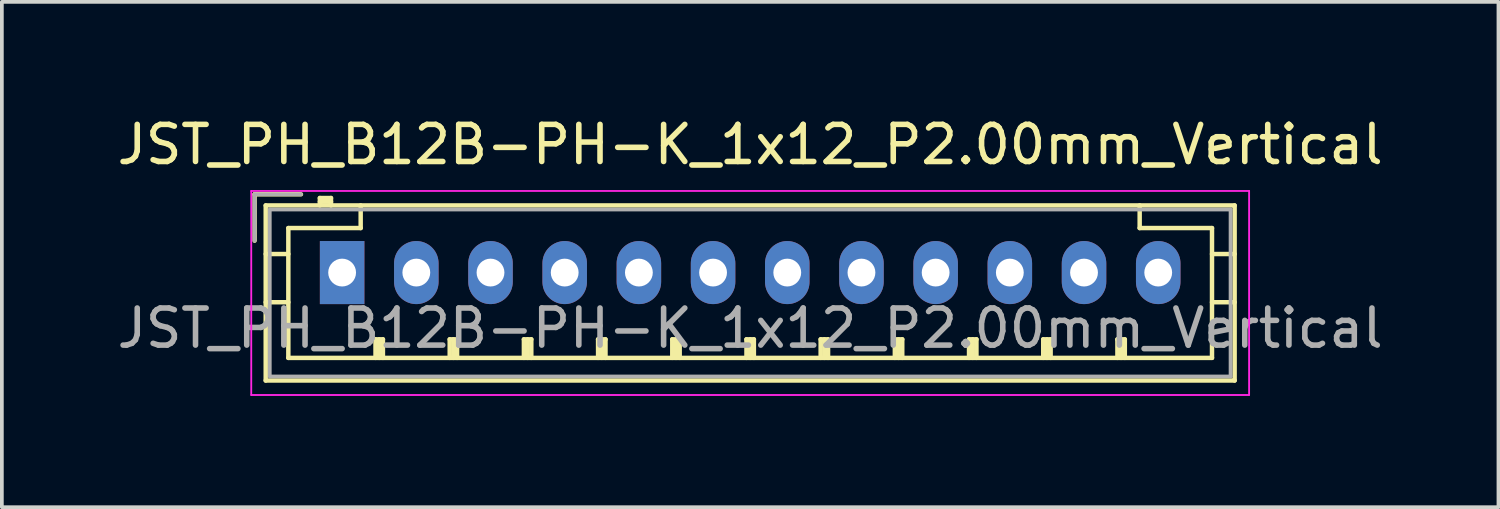
<source format=kicad_pcb>
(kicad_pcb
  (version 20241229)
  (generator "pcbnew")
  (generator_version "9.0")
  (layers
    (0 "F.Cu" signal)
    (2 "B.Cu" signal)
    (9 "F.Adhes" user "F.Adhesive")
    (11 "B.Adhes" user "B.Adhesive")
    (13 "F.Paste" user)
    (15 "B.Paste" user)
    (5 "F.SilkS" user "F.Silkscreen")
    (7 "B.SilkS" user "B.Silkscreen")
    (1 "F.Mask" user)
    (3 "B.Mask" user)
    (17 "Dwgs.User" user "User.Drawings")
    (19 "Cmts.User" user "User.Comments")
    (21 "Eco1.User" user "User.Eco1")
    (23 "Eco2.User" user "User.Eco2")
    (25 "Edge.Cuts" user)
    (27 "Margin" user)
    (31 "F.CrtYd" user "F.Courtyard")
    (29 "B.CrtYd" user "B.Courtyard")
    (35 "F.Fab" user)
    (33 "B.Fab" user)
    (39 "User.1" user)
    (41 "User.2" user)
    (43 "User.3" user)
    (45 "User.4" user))
  (footprint "JST_PH_B12B-PH-K_1x12_P2.00mm_Vertical"
    (layer "F.Cu")
    (at 6.173 4.298)
    (property "Reference" "JST_PH_B12B-PH-K_1x12_P2.00mm_Vertical" (at 11 -3.45 0) (layer "F.SilkS") (effects (font (size 1 1) (thickness 0.15))))
    (attr through_hole)
    (fp_line (start -2.36 -2.11) (end -2.36 -0.86) (stroke (width 0.12) (type solid)) (layer "F.SilkS"))
    (fp_line (start -2.06 -1.81) (end -2.06 2.91) (stroke (width 0.12) (type solid)) (layer "F.SilkS"))
    (fp_line (start -2.06 -0.5) (end -1.45 -0.5) (stroke (width 0.12) (type solid)) (layer "F.SilkS"))
    (fp_line (start -2.06 0.8) (end -1.45 0.8) (stroke (width 0.12) (type solid)) (layer "F.SilkS"))
    (fp_line (start -2.06 2.91) (end 24.06 2.91) (stroke (width 0.12) (type solid)) (layer "F.SilkS"))
    (fp_line (start -1.45 -1.2) (end -1.45 2.3) (stroke (width 0.12) (type solid)) (layer "F.SilkS"))
    (fp_line (start -1.45 2.3) (end 23.45 2.3) (stroke (width 0.12) (type solid)) (layer "F.SilkS"))
    (fp_line (start -1.11 -2.11) (end -2.36 -2.11) (stroke (width 0.12) (type solid)) (layer "F.SilkS"))
    (fp_line (start -0.6 -2.01) (end -0.6 -1.81) (stroke (width 0.12) (type solid)) (layer "F.SilkS"))
    (fp_line (start -0.3 -2.01) (end -0.6 -2.01) (stroke (width 0.12) (type solid)) (layer "F.SilkS"))
    (fp_line (start -0.3 -1.91) (end -0.6 -1.91) (stroke (width 0.12) (type solid)) (layer "F.SilkS"))
    (fp_line (start -0.3 -1.81) (end -0.3 -2.01) (stroke (width 0.12) (type solid)) (layer "F.SilkS"))
    (fp_line (start 0.5 -1.81) (end 0.5 -1.2) (stroke (width 0.12) (type solid)) (layer "F.SilkS"))
    (fp_line (start 0.5 -1.2) (end -1.45 -1.2) (stroke (width 0.12) (type solid)) (layer "F.SilkS"))
    (fp_line (start 0.9 1.8) (end 1.1 1.8) (stroke (width 0.12) (type solid)) (layer "F.SilkS"))
    (fp_line (start 0.9 2.3) (end 0.9 1.8) (stroke (width 0.12) (type solid)) (layer "F.SilkS"))
    (fp_line (start 1 2.3) (end 1 1.8) (stroke (width 0.12) (type solid)) (layer "F.SilkS"))
    (fp_line (start 1.1 1.8) (end 1.1 2.3) (stroke (width 0.12) (type solid)) (layer "F.SilkS"))
    (fp_line (start 2.9 1.8) (end 3.1 1.8) (stroke (width 0.12) (type solid)) (layer "F.SilkS"))
    (fp_line (start 2.9 2.3) (end 2.9 1.8) (stroke (width 0.12) (type solid)) (layer "F.SilkS"))
    (fp_line (start 3 2.3) (end 3 1.8) (stroke (width 0.12) (type solid)) (layer "F.SilkS"))
    (fp_line (start 3.1 1.8) (end 3.1 2.3) (stroke (width 0.12) (type solid)) (layer "F.SilkS"))
    (fp_line (start 4.9 1.8) (end 5.1 1.8) (stroke (width 0.12) (type solid)) (layer "F.SilkS"))
    (fp_line (start 4.9 2.3) (end 4.9 1.8) (stroke (width 0.12) (type solid)) (layer "F.SilkS"))
    (fp_line (start 5 2.3) (end 5 1.8) (stroke (width 0.12) (type solid)) (layer "F.SilkS"))
    (fp_line (start 5.1 1.8) (end 5.1 2.3) (stroke (width 0.12) (type solid)) (layer "F.SilkS"))
    (fp_line (start 6.9 1.8) (end 7.1 1.8) (stroke (width 0.12) (type solid)) (layer "F.SilkS"))
    (fp_line (start 6.9 2.3) (end 6.9 1.8) (stroke (width 0.12) (type solid)) (layer "F.SilkS"))
    (fp_line (start 7 2.3) (end 7 1.8) (stroke (width 0.12) (type solid)) (layer "F.SilkS"))
    (fp_line (start 7.1 1.8) (end 7.1 2.3) (stroke (width 0.12) (type solid)) (layer "F.SilkS"))
    (fp_line (start 8.9 1.8) (end 9.1 1.8) (stroke (width 0.12) (type solid)) (layer "F.SilkS"))
    (fp_line (start 8.9 2.3) (end 8.9 1.8) (stroke (width 0.12) (type solid)) (layer "F.SilkS"))
    (fp_line (start 9 2.3) (end 9 1.8) (stroke (width 0.12) (type solid)) (layer "F.SilkS"))
    (fp_line (start 9.1 1.8) (end 9.1 2.3) (stroke (width 0.12) (type solid)) (layer "F.SilkS"))
    (fp_line (start 10.9 1.8) (end 11.1 1.8) (stroke (width 0.12) (type solid)) (layer "F.SilkS"))
    (fp_line (start 10.9 2.3) (end 10.9 1.8) (stroke (width 0.12) (type solid)) (layer "F.SilkS"))
    (fp_line (start 11 2.3) (end 11 1.8) (stroke (width 0.12) (type solid)) (layer "F.SilkS"))
    (fp_line (start 11.1 1.8) (end 11.1 2.3) (stroke (width 0.12) (type solid)) (layer "F.SilkS"))
    (fp_line (start 12.9 1.8) (end 13.1 1.8) (stroke (width 0.12) (type solid)) (layer "F.SilkS"))
    (fp_line (start 12.9 2.3) (end 12.9 1.8) (stroke (width 0.12) (type solid)) (layer "F.SilkS"))
    (fp_line (start 13 2.3) (end 13 1.8) (stroke (width 0.12) (type solid)) (layer "F.SilkS"))
    (fp_line (start 13.1 1.8) (end 13.1 2.3) (stroke (width 0.12) (type solid)) (layer "F.SilkS"))
    (fp_line (start 14.9 1.8) (end 15.1 1.8) (stroke (width 0.12) (type solid)) (layer "F.SilkS"))
    (fp_line (start 14.9 2.3) (end 14.9 1.8) (stroke (width 0.12) (type solid)) (layer "F.SilkS"))
    (fp_line (start 15 2.3) (end 15 1.8) (stroke (width 0.12) (type solid)) (layer "F.SilkS"))
    (fp_line (start 15.1 1.8) (end 15.1 2.3) (stroke (width 0.12) (type solid)) (layer "F.SilkS"))
    (fp_line (start 16.9 1.8) (end 17.1 1.8) (stroke (width 0.12) (type solid)) (layer "F.SilkS"))
    (fp_line (start 16.9 2.3) (end 16.9 1.8) (stroke (width 0.12) (type solid)) (layer "F.SilkS"))
    (fp_line (start 17 2.3) (end 17 1.8) (stroke (width 0.12) (type solid)) (layer "F.SilkS"))
    (fp_line (start 17.1 1.8) (end 17.1 2.3) (stroke (width 0.12) (type solid)) (layer "F.SilkS"))
    (fp_line (start 18.9 1.8) (end 19.1 1.8) (stroke (width 0.12) (type solid)) (layer "F.SilkS"))
    (fp_line (start 18.9 2.3) (end 18.9 1.8) (stroke (width 0.12) (type solid)) (layer "F.SilkS"))
    (fp_line (start 19 2.3) (end 19 1.8) (stroke (width 0.12) (type solid)) (layer "F.SilkS"))
    (fp_line (start 19.1 1.8) (end 19.1 2.3) (stroke (width 0.12) (type solid)) (layer "F.SilkS"))
    (fp_line (start 20.9 1.8) (end 21.1 1.8) (stroke (width 0.12) (type solid)) (layer "F.SilkS"))
    (fp_line (start 20.9 2.3) (end 20.9 1.8) (stroke (width 0.12) (type solid)) (layer "F.SilkS"))
    (fp_line (start 21 2.3) (end 21 1.8) (stroke (width 0.12) (type solid)) (layer "F.SilkS"))
    (fp_line (start 21.1 1.8) (end 21.1 2.3) (stroke (width 0.12) (type solid)) (layer "F.SilkS"))
    (fp_line (start 21.5 -1.2) (end 21.5 -1.81) (stroke (width 0.12) (type solid)) (layer "F.SilkS"))
    (fp_line (start 23.45 -1.2) (end 21.5 -1.2) (stroke (width 0.12) (type solid)) (layer "F.SilkS"))
    (fp_line (start 23.45 2.3) (end 23.45 -1.2) (stroke (width 0.12) (type solid)) (layer "F.SilkS"))
    (fp_line (start 24.06 -1.81) (end -2.06 -1.81) (stroke (width 0.12) (type solid)) (layer "F.SilkS"))
    (fp_line (start 24.06 -0.5) (end 23.45 -0.5) (stroke (width 0.12) (type solid)) (layer "F.SilkS"))
    (fp_line (start 24.06 0.8) (end 23.45 0.8) (stroke (width 0.12) (type solid)) (layer "F.SilkS"))
    (fp_line (start 24.06 2.91) (end 24.06 -1.81) (stroke (width 0.12) (type solid)) (layer "F.SilkS"))
    (fp_line (start -2.45 -2.2) (end -2.45 3.3) (stroke (width 0.05) (type solid)) (layer "F.CrtYd"))
    (fp_line (start -2.45 3.3) (end 24.45 3.3) (stroke (width 0.05) (type solid)) (layer "F.CrtYd"))
    (fp_line (start 24.45 -2.2) (end -2.45 -2.2) (stroke (width 0.05) (type solid)) (layer "F.CrtYd"))
    (fp_line (start 24.45 3.3) (end 24.45 -2.2) (stroke (width 0.05) (type solid)) (layer "F.CrtYd"))
    (fp_line (start -2.36 -2.11) (end -2.36 -0.86) (stroke (width 0.1) (type solid)) (layer "F.Fab"))
    (fp_line (start -1.95 -1.7) (end -1.95 2.8) (stroke (width 0.1) (type solid)) (layer "F.Fab"))
    (fp_line (start -1.95 2.8) (end 23.95 2.8) (stroke (width 0.1) (type solid)) (layer "F.Fab"))
    (fp_line (start -1.11 -2.11) (end -2.36 -2.11) (stroke (width 0.1) (type solid)) (layer "F.Fab"))
    (fp_line (start 23.95 -1.7) (end -1.95 -1.7) (stroke (width 0.1) (type solid)) (layer "F.Fab"))
    (fp_line (start 23.95 2.8) (end 23.95 -1.7) (stroke (width 0.1) (type solid)) (layer "F.Fab"))
    (fp_text user "${REFERENCE}" (at 11 1.5 0) (layer "F.Fab") (effects (font (size 1 1) (thickness 0.15))))
    (pad "1" thru_hole rect (at 0 0) (size 1.2 1.7) (drill 0.75) (layers "*.Cu" "*.Mask"))
    (pad "2" thru_hole oval (at 2 0) (size 1.2 1.7) (drill 0.75) (layers "*.Cu" "*.Mask"))
    (pad "3" thru_hole oval (at 4 0) (size 1.2 1.7) (drill 0.75) (layers "*.Cu" "*.Mask"))
    (pad "4" thru_hole oval (at 6 0) (size 1.2 1.7) (drill 0.75) (layers "*.Cu" "*.Mask"))
    (pad "5" thru_hole oval (at 8 0) (size 1.2 1.7) (drill 0.75) (layers "*.Cu" "*.Mask"))
    (pad "6" thru_hole oval (at 10 0) (size 1.2 1.7) (drill 0.75) (layers "*.Cu" "*.Mask"))
    (pad "7" thru_hole oval (at 12 0) (size 1.2 1.7) (drill 0.75) (layers "*.Cu" "*.Mask"))
    (pad "8" thru_hole oval (at 14 0) (size 1.2 1.7) (drill 0.75) (layers "*.Cu" "*.Mask"))
    (pad "9" thru_hole oval (at 16 0) (size 1.2 1.7) (drill 0.75) (layers "*.Cu" "*.Mask"))
    (pad "10" thru_hole oval (at 18 0) (size 1.2 1.7) (drill 0.75) (layers "*.Cu" "*.Mask"))
    (pad "11" thru_hole oval (at 20 0) (size 1.2 1.7) (drill 0.75) (layers "*.Cu" "*.Mask"))
    (pad "12" thru_hole oval (at 22 0) (size 1.2 1.7) (drill 0.75) (layers "*.Cu" "*.Mask")))
  (gr_rect
    (start -3 -3)
    (end 37.345 10.623)
    (stroke (width 0.1) (type default))
    (fill no)
    (layer "Edge.Cuts")))
</source>
